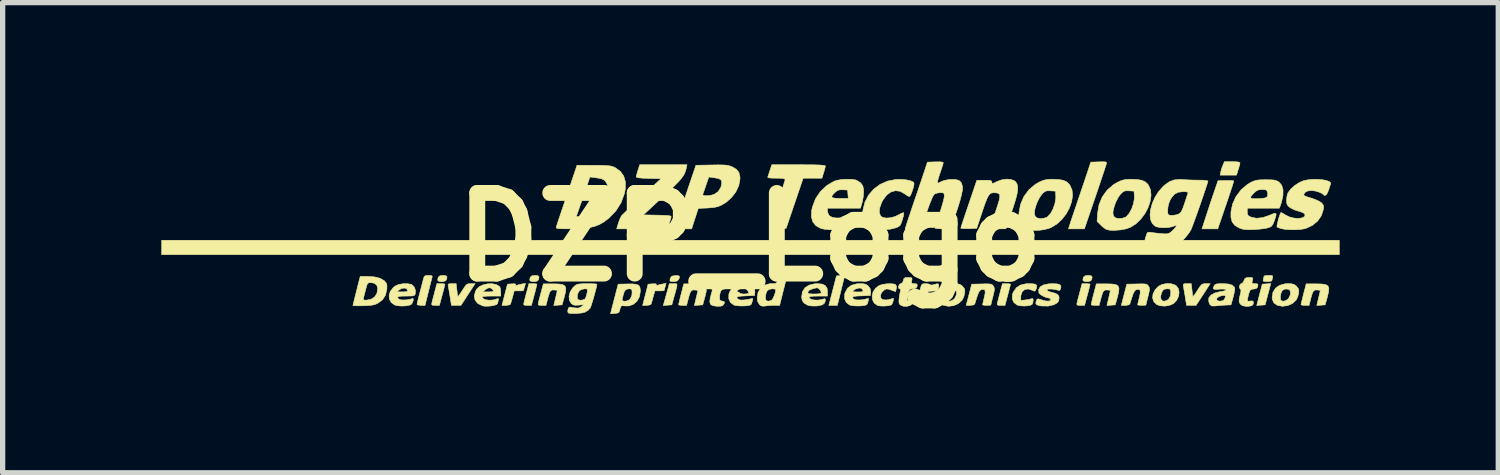
<source format=kicad_pcb>
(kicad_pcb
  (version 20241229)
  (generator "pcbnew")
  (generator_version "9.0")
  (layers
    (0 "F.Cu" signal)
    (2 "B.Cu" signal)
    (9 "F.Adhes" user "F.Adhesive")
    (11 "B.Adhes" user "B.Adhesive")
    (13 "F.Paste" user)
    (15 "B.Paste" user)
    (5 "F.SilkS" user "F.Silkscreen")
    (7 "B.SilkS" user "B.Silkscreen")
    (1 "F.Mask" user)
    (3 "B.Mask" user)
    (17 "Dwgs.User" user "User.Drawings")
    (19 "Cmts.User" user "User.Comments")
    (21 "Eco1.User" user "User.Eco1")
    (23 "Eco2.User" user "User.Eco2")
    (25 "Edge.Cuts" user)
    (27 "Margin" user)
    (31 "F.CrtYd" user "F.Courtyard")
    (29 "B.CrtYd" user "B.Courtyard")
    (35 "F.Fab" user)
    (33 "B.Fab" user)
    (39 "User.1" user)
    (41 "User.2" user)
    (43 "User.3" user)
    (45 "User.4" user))
  (footprint "DZP_Logo"
    (layer "F.Cu")
    (at 11.122 1.431)
    (property "Reference" "DZP_Logo" (at 0 0 0) (layer "F.SilkS") (effects (font (size 1.524 1.524) (thickness 0.3))))
    (attr through_hole)
    (fp_poly (pts (xy 1.722 1.005) (xy 1.652 1.29) (xy 1.491 1.29) (xy 1.563 1.011) (xy 1.635 0.733) (xy 1.714 0.727) (xy 1.793 0.721) (xy 1.722 1.005)) (stroke (width 0.01) (type solid)) (fill yes) (layer "F.SilkS"))
    (fp_poly (pts (xy 9.736 1.28) (xy 9.657 1.286) (xy 9.577 1.292) (xy 9.629 1.09) (xy 9.681 0.889) (xy 9.762 0.883) (xy 9.843 0.877) (xy 9.736 1.28)) (stroke (width 0.01) (type solid)) (fill yes) (layer "F.SilkS"))
    (fp_poly (pts (xy -5.746 0.729) (xy -5.725 0.752) (xy -5.732 0.797) (xy -5.737 0.809) (xy -5.761 0.83) (xy -5.804 0.84) (xy -5.851 0.84) (xy -5.888 0.83) (xy -5.901 0.812) (xy -5.891 0.758) (xy -5.857 0.73) (xy -5.801 0.723) (xy -5.746 0.729)) (stroke (width 0.01) (type solid)) (fill yes) (layer "F.SilkS"))
    (fp_poly (pts (xy -4.007 0.729) (xy -3.986 0.752) (xy -3.993 0.797) (xy -3.998 0.809) (xy -4.022 0.83) (xy -4.065 0.84) (xy -4.112 0.84) (xy -4.149 0.83) (xy -4.162 0.812) (xy -4.152 0.758) (xy -4.118 0.73) (xy -4.062 0.723) (xy -4.007 0.729)) (stroke (width 0.01) (type solid)) (fill yes) (layer "F.SilkS"))
    (fp_poly (pts (xy 4.941 0.729) (xy 4.963 0.752) (xy 4.955 0.797) (xy 4.951 0.809) (xy 4.927 0.83) (xy 4.884 0.84) (xy 4.837 0.84) (xy 4.8 0.83) (xy 4.787 0.812) (xy 4.797 0.758) (xy 4.83 0.73) (xy 4.887 0.723) (xy 4.941 0.729)) (stroke (width 0.01) (type solid)) (fill yes) (layer "F.SilkS"))
    (fp_poly (pts (xy 6.446 0.729) (xy 6.467 0.752) (xy 6.46 0.797) (xy 6.455 0.809) (xy 6.431 0.83) (xy 6.388 0.84) (xy 6.341 0.84) (xy 6.304 0.83) (xy 6.291 0.812) (xy 6.301 0.758) (xy 6.335 0.73) (xy 6.391 0.723) (xy 6.446 0.729)) (stroke (width 0.01) (type solid)) (fill yes) (layer "F.SilkS"))
    (fp_poly (pts (xy -1.354 0.727) (xy -1.331 0.743) (xy -1.337 0.779) (xy -1.349 0.802) (xy -1.378 0.83) (xy -1.433 0.84) (xy -1.445 0.84) (xy -1.493 0.838) (xy -1.512 0.827) (xy -1.51 0.799) (xy -1.506 0.786) (xy -1.491 0.751) (xy -1.463 0.734) (xy -1.41 0.727) (xy -1.354 0.727)) (stroke (width 0.01) (type solid)) (fill yes) (layer "F.SilkS"))
    (fp_poly (pts (xy 9.201 -1.423) (xy 9.249 -1.415) (xy 9.261 -1.404) (xy 9.256 -1.373) (xy 9.241 -1.32) (xy 9.228 -1.277) (xy 9.195 -1.172) (xy 8.885 -1.172) (xy 8.897 -1.23) (xy 8.912 -1.288) (xy 8.935 -1.353) (xy 8.937 -1.357) (xy 8.966 -1.426) (xy 9.114 -1.426) (xy 9.201 -1.423)) (stroke (width 0.01) (type solid)) (fill yes) (layer "F.SilkS"))
    (fp_poly (pts (xy -1.39 0.881) (xy -1.379 0.891) (xy -1.379 0.917) (xy -1.389 0.963) (xy -1.408 1.037) (xy -1.433 1.123) (xy -1.476 1.28) (xy -1.557 1.286) (xy -1.638 1.292) (xy -1.611 1.198) (xy -1.591 1.123) (xy -1.566 1.036) (xy -1.554 0.992) (xy -1.523 0.879) (xy -1.445 0.879) (xy -1.412 0.879) (xy -1.39 0.881)) (stroke (width 0.01) (type solid)) (fill yes) (layer "F.SilkS"))
    (fp_poly (pts (xy 9.855 0.725) (xy 9.879 0.734) (xy 9.879 0.753) (xy 9.879 0.754) (xy 9.868 0.798) (xy 9.867 0.812) (xy 9.854 0.831) (xy 9.81 0.839) (xy 9.777 0.84) (xy 9.722 0.838) (xy 9.699 0.829) (xy 9.698 0.81) (xy 9.699 0.809) (xy 9.71 0.765) (xy 9.711 0.751) (xy 9.724 0.732) (xy 9.767 0.724) (xy 9.801 0.723) (xy 9.855 0.725)) (stroke (width 0.01) (type solid)) (fill yes) (layer "F.SilkS"))
    (fp_poly (pts (xy -5.792 0.882) (xy -5.765 0.888) (xy -5.764 0.89) (xy -5.769 0.913) (xy -5.781 0.964) (xy -5.8 1.037) (xy -5.816 1.095) (xy -5.868 1.29) (xy -5.945 1.29) (xy -5.994 1.288) (xy -6.013 1.277) (xy -6.012 1.249) (xy -6.009 1.236) (xy -5.998 1.191) (xy -5.98 1.122) (xy -5.959 1.043) (xy -5.956 1.031) (xy -5.916 0.879) (xy -5.84 0.879) (xy -5.792 0.882)) (stroke (width 0.01) (type solid)) (fill yes) (layer "F.SilkS"))
    (fp_poly (pts (xy -4.053 0.882) (xy -4.027 0.888) (xy -4.025 0.89) (xy -4.03 0.913) (xy -4.043 0.964) (xy -4.061 1.037) (xy -4.077 1.095) (xy -4.129 1.29) (xy -4.206 1.29) (xy -4.255 1.288) (xy -4.274 1.277) (xy -4.273 1.249) (xy -4.27 1.236) (xy -4.259 1.191) (xy -4.241 1.122) (xy -4.221 1.043) (xy -4.217 1.031) (xy -4.177 0.879) (xy -4.101 0.879) (xy -4.053 0.882)) (stroke (width 0.01) (type solid)) (fill yes) (layer "F.SilkS"))
    (fp_poly (pts (xy 4.896 0.882) (xy 4.922 0.888) (xy 4.924 0.89) (xy 4.919 0.913) (xy 4.906 0.964) (xy 4.887 1.037) (xy 4.872 1.095) (xy 4.82 1.29) (xy 4.743 1.29) (xy 4.693 1.288) (xy 4.674 1.277) (xy 4.675 1.249) (xy 4.678 1.236) (xy 4.69 1.191) (xy 4.707 1.122) (xy 4.728 1.043) (xy 4.731 1.031) (xy 4.772 0.879) (xy 4.848 0.879) (xy 4.896 0.882)) (stroke (width 0.01) (type solid)) (fill yes) (layer "F.SilkS"))
    (fp_poly (pts (xy 6.4 0.882) (xy 6.427 0.888) (xy 6.428 0.89) (xy 6.423 0.913) (xy 6.411 0.964) (xy 6.392 1.037) (xy 6.376 1.095) (xy 6.324 1.29) (xy 6.247 1.29) (xy 6.198 1.288) (xy 6.179 1.277) (xy 6.18 1.249) (xy 6.183 1.236) (xy 6.194 1.191) (xy 6.212 1.122) (xy 6.233 1.043) (xy 6.236 1.031) (xy 6.276 0.879) (xy 6.352 0.879) (xy 6.4 0.882)) (stroke (width 0.01) (type solid)) (fill yes) (layer "F.SilkS"))
    (fp_poly (pts (xy 9.118 -1.068) (xy 9.143 -1.062) (xy 9.144 -1.061) (xy 9.138 -1.039) (xy 9.121 -0.985) (xy 9.095 -0.905) (xy 9.062 -0.804) (xy 9.022 -0.686) (xy 8.993 -0.601) (xy 8.841 -0.156) (xy 8.692 -0.156) (xy 8.542 -0.156) (xy 8.617 -0.386) (xy 8.656 -0.505) (xy 8.7 -0.641) (xy 8.744 -0.771) (xy 8.768 -0.84) (xy 8.845 -1.065) (xy 8.994 -1.071) (xy 9.065 -1.071) (xy 9.118 -1.068)) (stroke (width 0.01) (type solid)) (fill yes) (layer "F.SilkS"))
    (fp_poly (pts (xy -6.024 0.726) (xy -6.005 0.737) (xy -6.006 0.757) (xy -6.014 0.788) (xy -6.03 0.849) (xy -6.051 0.931) (xy -6.074 1.026) (xy -6.078 1.04) (xy -6.14 1.29) (xy -6.216 1.29) (xy -6.264 1.285) (xy -6.29 1.275) (xy -6.291 1.272) (xy -6.287 1.246) (xy -6.274 1.192) (xy -6.256 1.118) (xy -6.241 1.062) (xy -6.217 0.971) (xy -6.195 0.886) (xy -6.178 0.82) (xy -6.172 0.796) (xy -6.157 0.749) (xy -6.135 0.728) (xy -6.091 0.723) (xy -6.074 0.723) (xy -6.024 0.726)) (stroke (width 0.01) (type solid)) (fill yes) (layer "F.SilkS"))
    (fp_poly (pts (xy -4.26 0.94) (xy -4.273 0.985) (xy -4.279 1.01) (xy -4.279 1.011) (xy -4.296 1.014) (xy -4.341 1.016) (xy -4.366 1.016) (xy -4.454 1.016) (xy -4.485 1.128) (xy -4.503 1.193) (xy -4.518 1.244) (xy -4.524 1.265) (xy -4.547 1.281) (xy -4.597 1.289) (xy -4.609 1.29) (xy -4.686 1.29) (xy -4.634 1.089) (xy -4.582 0.889) (xy -4.497 0.883) (xy -4.444 0.882) (xy -4.424 0.89) (xy -4.427 0.901) (xy -4.429 0.916) (xy -4.404 0.91) (xy -4.358 0.896) (xy -4.304 0.885) (xy -4.241 0.874) (xy -4.26 0.94)) (stroke (width 0.01) (type solid)) (fill yes) (layer "F.SilkS"))
    (fp_poly (pts (xy -1.603 0.94) (xy -1.615 0.985) (xy -1.622 1.01) (xy -1.622 1.011) (xy -1.639 1.014) (xy -1.683 1.016) (xy -1.709 1.016) (xy -1.796 1.016) (xy -1.828 1.128) (xy -1.846 1.193) (xy -1.86 1.244) (xy -1.867 1.265) (xy -1.89 1.281) (xy -1.939 1.289) (xy -1.951 1.29) (xy -2.028 1.29) (xy -1.976 1.089) (xy -1.925 0.889) (xy -1.84 0.883) (xy -1.787 0.882) (xy -1.767 0.89) (xy -1.77 0.901) (xy -1.772 0.916) (xy -1.747 0.91) (xy -1.701 0.896) (xy -1.647 0.885) (xy -1.584 0.874) (xy -1.603 0.94)) (stroke (width 0.01) (type solid)) (fill yes) (layer "F.SilkS"))
    (fp_poly (pts (xy 6.713 -1.422) (xy 6.734 -1.415) (xy 6.738 -1.4) (xy 6.737 -1.393) (xy 6.73 -1.366) (xy 6.711 -1.307) (xy 6.683 -1.221) (xy 6.646 -1.112) (xy 6.603 -0.984) (xy 6.556 -0.843) (xy 6.526 -0.757) (xy 6.321 -0.156) (xy 6.02 -0.156) (xy 6.046 -0.239) (xy 6.059 -0.281) (xy 6.083 -0.353) (xy 6.116 -0.45) (xy 6.155 -0.565) (xy 6.198 -0.692) (xy 6.228 -0.782) (xy 6.273 -0.914) (xy 6.315 -1.038) (xy 6.352 -1.149) (xy 6.383 -1.24) (xy 6.404 -1.304) (xy 6.412 -1.329) (xy 6.441 -1.417) (xy 6.592 -1.422) (xy 6.669 -1.424) (xy 6.713 -1.422)) (stroke (width 0.01) (type solid)) (fill yes) (layer "F.SilkS"))
    (fp_poly (pts (xy -3.612 0.886) (xy -3.538 0.897) (xy -3.495 0.924) (xy -3.479 0.97) (xy -3.486 1.041) (xy -3.511 1.142) (xy -3.514 1.153) (xy -3.55 1.28) (xy -3.628 1.286) (xy -3.707 1.292) (xy -3.673 1.149) (xy -3.64 1.006) (xy -3.687 1) (xy -3.731 0.998) (xy -3.762 1.011) (xy -3.785 1.045) (xy -3.806 1.108) (xy -3.818 1.15) (xy -3.854 1.29) (xy -3.932 1.29) (xy -3.981 1.288) (xy -4.001 1.277) (xy -4 1.25) (xy -3.997 1.236) (xy -3.986 1.191) (xy -3.968 1.122) (xy -3.947 1.043) (xy -3.944 1.032) (xy -3.904 0.883) (xy -3.72 0.883) (xy -3.612 0.886)) (stroke (width 0.01) (type solid)) (fill yes) (layer "F.SilkS"))
    (fp_poly (pts (xy -0.955 0.886) (xy -0.882 0.897) (xy -0.838 0.923) (xy -0.822 0.969) (xy -0.828 1.039) (xy -0.853 1.14) (xy -0.857 1.153) (xy -0.892 1.28) (xy -0.971 1.286) (xy -1.05 1.292) (xy -1.016 1.149) (xy -0.982 1.006) (xy -1.03 1) (xy -1.074 0.998) (xy -1.105 1.011) (xy -1.128 1.045) (xy -1.149 1.108) (xy -1.161 1.15) (xy -1.197 1.29) (xy -1.272 1.29) (xy -1.32 1.287) (xy -1.347 1.28) (xy -1.348 1.278) (xy -1.343 1.252) (xy -1.329 1.193) (xy -1.308 1.106) (xy -1.279 0.995) (xy -1.269 0.954) (xy -1.25 0.883) (xy -1.064 0.883) (xy -0.955 0.886)) (stroke (width 0.01) (type solid)) (fill yes) (layer "F.SilkS"))
    (fp_poly (pts (xy 3.371 0.884) (xy 3.4 0.895) (xy 3.403 0.898) (xy 3.425 0.907) (xy 3.478 0.897) (xy 3.483 0.895) (xy 3.538 0.881) (xy 3.565 0.887) (xy 3.569 0.919) (xy 3.564 0.953) (xy 3.553 0.991) (xy 3.532 1.01) (xy 3.489 1.018) (xy 3.461 1.02) (xy 3.37 1.026) (xy 3.333 1.158) (xy 3.295 1.29) (xy 3.22 1.29) (xy 3.173 1.287) (xy 3.147 1.28) (xy 3.146 1.278) (xy 3.151 1.252) (xy 3.164 1.194) (xy 3.186 1.107) (xy 3.214 0.997) (xy 3.226 0.953) (xy 3.242 0.905) (xy 3.265 0.884) (xy 3.31 0.879) (xy 3.321 0.879) (xy 3.371 0.884)) (stroke (width 0.01) (type solid)) (fill yes) (layer "F.SilkS"))
    (fp_poly (pts (xy 6.84 0.886) (xy 6.914 0.897) (xy 6.957 0.923) (xy 6.974 0.969) (xy 6.968 1.039) (xy 6.943 1.14) (xy 6.939 1.153) (xy 6.904 1.28) (xy 6.825 1.286) (xy 6.746 1.292) (xy 6.78 1.149) (xy 6.813 1.006) (xy 6.766 1) (xy 6.722 0.998) (xy 6.691 1.011) (xy 6.668 1.045) (xy 6.647 1.108) (xy 6.635 1.15) (xy 6.599 1.29) (xy 6.523 1.29) (xy 6.475 1.287) (xy 6.449 1.28) (xy 6.448 1.278) (xy 6.453 1.252) (xy 6.466 1.193) (xy 6.488 1.106) (xy 6.517 0.995) (xy 6.527 0.954) (xy 6.546 0.883) (xy 6.732 0.883) (xy 6.84 0.886)) (stroke (width 0.01) (type solid)) (fill yes) (layer "F.SilkS"))
    (fp_poly (pts (xy 10.807 0.886) (xy 10.881 0.897) (xy 10.924 0.923) (xy 10.94 0.969) (xy 10.934 1.039) (xy 10.909 1.14) (xy 10.906 1.153) (xy 10.87 1.28) (xy 10.791 1.286) (xy 10.712 1.292) (xy 10.746 1.149) (xy 10.78 1.006) (xy 10.732 1) (xy 10.688 0.998) (xy 10.657 1.011) (xy 10.634 1.045) (xy 10.613 1.108) (xy 10.602 1.15) (xy 10.566 1.29) (xy 10.49 1.29) (xy 10.442 1.287) (xy 10.416 1.28) (xy 10.414 1.278) (xy 10.419 1.252) (xy 10.433 1.193) (xy 10.454 1.106) (xy 10.483 0.995) (xy 10.494 0.954) (xy 10.512 0.883) (xy 10.698 0.883) (xy 10.807 0.886)) (stroke (width 0.01) (type solid)) (fill yes) (layer "F.SilkS"))
    (fp_poly (pts (xy -5.539 0.992) (xy -5.531 1.056) (xy -5.525 1.104) (xy -5.522 1.121) (xy -5.511 1.115) (xy -5.484 1.081) (xy -5.448 1.027) (xy -5.436 1.009) (xy -5.394 0.944) (xy -5.364 0.905) (xy -5.337 0.886) (xy -5.304 0.88) (xy -5.274 0.879) (xy -5.193 0.879) (xy -5.23 0.935) (xy -5.257 0.977) (xy -5.298 1.04) (xy -5.346 1.113) (xy -5.363 1.14) (xy -5.461 1.289) (xy -5.551 1.289) (xy -5.641 1.29) (xy -5.665 1.138) (xy -5.678 1.058) (xy -5.69 0.986) (xy -5.699 0.937) (xy -5.7 0.933) (xy -5.704 0.899) (xy -5.691 0.883) (xy -5.652 0.879) (xy -5.631 0.879) (xy -5.552 0.879) (xy -5.539 0.992)) (stroke (width 0.01) (type solid)) (fill yes) (layer "F.SilkS"))
    (fp_poly (pts (xy 8.353 0.992) (xy 8.36 1.056) (xy 8.367 1.104) (xy 8.37 1.121) (xy 8.381 1.115) (xy 8.408 1.081) (xy 8.444 1.027) (xy 8.455 1.009) (xy 8.497 0.944) (xy 8.528 0.905) (xy 8.555 0.886) (xy 8.588 0.88) (xy 8.618 0.879) (xy 8.698 0.879) (xy 8.662 0.935) (xy 8.635 0.977) (xy 8.594 1.04) (xy 8.546 1.113) (xy 8.529 1.14) (xy 8.431 1.289) (xy 8.341 1.289) (xy 8.251 1.29) (xy 8.227 1.138) (xy 8.214 1.058) (xy 8.201 0.986) (xy 8.193 0.937) (xy 8.192 0.933) (xy 8.188 0.899) (xy 8.201 0.883) (xy 8.24 0.879) (xy 8.261 0.879) (xy 8.34 0.879) (xy 8.353 0.992)) (stroke (width 0.01) (type solid)) (fill yes) (layer "F.SilkS"))
    (fp_poly (pts (xy 5.347 0.882) (xy 5.397 0.892) (xy 5.419 0.912) (xy 5.419 0.947) (xy 5.411 0.972) (xy 5.394 1.012) (xy 5.375 1.021) (xy 5.339 1.005) (xy 5.338 1.005) (xy 5.26 0.98) (xy 5.194 0.99) (xy 5.146 1.03) (xy 5.121 1.097) (xy 5.119 1.125) (xy 5.119 1.196) (xy 5.202 1.187) (xy 5.263 1.179) (xy 5.311 1.167) (xy 5.319 1.164) (xy 5.345 1.16) (xy 5.353 1.186) (xy 5.353 1.195) (xy 5.346 1.242) (xy 5.337 1.266) (xy 5.305 1.286) (xy 5.248 1.298) (xy 5.178 1.302) (xy 5.109 1.298) (xy 5.052 1.284) (xy 5.048 1.282) (xy 4.988 1.236) (xy 4.957 1.169) (xy 4.958 1.091) (xy 4.976 1.041) (xy 5.034 0.957) (xy 5.114 0.905) (xy 5.219 0.881) (xy 5.264 0.88) (xy 5.347 0.882)) (stroke (width 0.01) (type solid)) (fill yes) (layer "F.SilkS"))
    (fp_poly (pts (xy 7.964 0.881) (xy 8.04 0.908) (xy 8.057 0.92) (xy 8.097 0.974) (xy 8.11 1.044) (xy 8.099 1.121) (xy 8.064 1.194) (xy 8.009 1.253) (xy 8 1.259) (xy 7.925 1.291) (xy 7.837 1.304) (xy 7.75 1.297) (xy 7.685 1.273) (xy 7.631 1.219) (xy 7.609 1.15) (xy 7.613 1.112) (xy 7.762 1.112) (xy 7.766 1.168) (xy 7.792 1.203) (xy 7.826 1.211) (xy 7.876 1.198) (xy 7.913 1.172) (xy 7.946 1.112) (xy 7.952 1.055) (xy 7.95 1.005) (xy 7.937 0.983) (xy 7.904 0.977) (xy 7.883 0.977) (xy 7.834 0.983) (xy 7.803 1.007) (xy 7.783 1.043) (xy 7.762 1.112) (xy 7.613 1.112) (xy 7.618 1.073) (xy 7.657 0.995) (xy 7.717 0.932) (xy 7.788 0.894) (xy 7.875 0.877) (xy 7.964 0.881)) (stroke (width 0.01) (type solid)) (fill yes) (layer "F.SilkS"))
    (fp_poly (pts (xy 2.721 0.886) (xy 2.752 0.897) (xy 2.77 0.929) (xy 2.766 0.972) (xy 2.753 1.03) (xy 2.669 1) (xy 2.614 0.982) (xy 2.579 0.98) (xy 2.546 0.994) (xy 2.533 1.003) (xy 2.488 1.048) (xy 2.467 1.102) (xy 2.475 1.153) (xy 2.483 1.164) (xy 2.521 1.184) (xy 2.581 1.187) (xy 2.65 1.175) (xy 2.685 1.162) (xy 2.709 1.156) (xy 2.714 1.172) (xy 2.708 1.203) (xy 2.692 1.25) (xy 2.676 1.278) (xy 2.644 1.291) (xy 2.588 1.299) (xy 2.521 1.303) (xy 2.458 1.3) (xy 2.412 1.292) (xy 2.41 1.291) (xy 2.349 1.247) (xy 2.316 1.184) (xy 2.309 1.111) (xy 2.327 1.036) (xy 2.371 0.969) (xy 2.438 0.917) (xy 2.448 0.912) (xy 2.506 0.894) (xy 2.581 0.883) (xy 2.658 0.88) (xy 2.721 0.886)) (stroke (width 0.01) (type solid)) (fill yes) (layer "F.SilkS"))
    (fp_poly (pts (xy 3.925 0.882) (xy 3.971 0.894) (xy 4.007 0.919) (xy 4.018 0.93) (xy 4.051 0.97) (xy 4.062 1.013) (xy 4.058 1.06) (xy 4.042 1.125) (xy 4.015 1.183) (xy 4.01 1.19) (xy 3.94 1.255) (xy 3.85 1.295) (xy 3.751 1.307) (xy 3.655 1.288) (xy 3.593 1.245) (xy 3.561 1.18) (xy 3.557 1.137) (xy 3.559 1.123) (xy 3.713 1.123) (xy 3.715 1.174) (xy 3.725 1.198) (xy 3.764 1.212) (xy 3.814 1.201) (xy 3.86 1.168) (xy 3.868 1.159) (xy 3.901 1.09) (xy 3.904 1.046) (xy 3.894 1.004) (xy 3.866 0.985) (xy 3.836 0.981) (xy 3.782 0.985) (xy 3.745 1.018) (xy 3.743 1.019) (xy 3.723 1.066) (xy 3.713 1.123) (xy 3.559 1.123) (xy 3.573 1.041) (xy 3.621 0.965) (xy 3.697 0.911) (xy 3.798 0.883) (xy 3.855 0.879) (xy 3.925 0.882)) (stroke (width 0.01) (type solid)) (fill yes) (layer "F.SilkS"))
    (fp_poly (pts (xy 10.236 0.882) (xy 10.282 0.894) (xy 10.318 0.919) (xy 10.329 0.93) (xy 10.362 0.97) (xy 10.373 1.013) (xy 10.369 1.06) (xy 10.353 1.125) (xy 10.326 1.183) (xy 10.321 1.19) (xy 10.251 1.255) (xy 10.161 1.295) (xy 10.061 1.307) (xy 9.966 1.288) (xy 9.903 1.245) (xy 9.872 1.18) (xy 9.868 1.137) (xy 9.87 1.123) (xy 10.024 1.123) (xy 10.026 1.174) (xy 10.036 1.198) (xy 10.075 1.212) (xy 10.125 1.201) (xy 10.171 1.168) (xy 10.179 1.159) (xy 10.212 1.09) (xy 10.215 1.046) (xy 10.205 1.004) (xy 10.177 0.985) (xy 10.147 0.981) (xy 10.093 0.985) (xy 10.056 1.018) (xy 10.054 1.019) (xy 10.034 1.066) (xy 10.024 1.123) (xy 9.87 1.123) (xy 9.884 1.041) (xy 9.932 0.965) (xy 10.008 0.911) (xy 10.109 0.883) (xy 10.166 0.879) (xy 10.236 0.882)) (stroke (width 0.01) (type solid)) (fill yes) (layer "F.SilkS"))
    (fp_poly (pts (xy -2.21 0.885) (xy -2.142 0.894) (xy -2.1 0.913) (xy -2.079 0.948) (xy -2.071 1.002) (xy -2.071 1.023) (xy -2.087 1.124) (xy -2.132 1.208) (xy -2.199 1.268) (xy -2.284 1.3) (xy -2.357 1.301) (xy -2.409 1.296) (xy -2.435 1.305) (xy -2.449 1.337) (xy -2.456 1.363) (xy -2.47 1.41) (xy -2.492 1.432) (xy -2.537 1.441) (xy -2.554 1.442) (xy -2.635 1.448) (xy -2.565 1.177) (xy -2.415 1.177) (xy -2.409 1.202) (xy -2.378 1.212) (xy -2.334 1.208) (xy -2.289 1.19) (xy -2.266 1.172) (xy -2.234 1.112) (xy -2.227 1.055) (xy -2.23 1.005) (xy -2.242 0.983) (xy -2.273 0.977) (xy -2.284 0.977) (xy -2.336 0.986) (xy -2.37 1.02) (xy -2.392 1.084) (xy -2.405 1.138) (xy -2.415 1.177) (xy -2.565 1.177) (xy -2.563 1.168) (xy -2.49 0.889) (xy -2.31 0.885) (xy -2.21 0.885)) (stroke (width 0.01) (type solid)) (fill yes) (layer "F.SilkS"))
    (fp_poly (pts (xy 4.527 0.885) (xy 4.563 0.891) (xy 4.584 0.904) (xy 4.6 0.924) (xy 4.601 0.925) (xy 4.615 0.952) (xy 4.62 0.982) (xy 4.615 1.025) (xy 4.599 1.093) (xy 4.592 1.123) (xy 4.573 1.195) (xy 4.56 1.251) (xy 4.553 1.28) (xy 4.552 1.283) (xy 4.535 1.287) (xy 4.492 1.289) (xy 4.474 1.29) (xy 4.425 1.287) (xy 4.398 1.281) (xy 4.396 1.279) (xy 4.401 1.256) (xy 4.412 1.206) (xy 4.428 1.14) (xy 4.445 1.058) (xy 4.443 1.008) (xy 4.423 0.987) (xy 4.382 0.991) (xy 4.369 0.995) (xy 4.349 1.007) (xy 4.33 1.032) (xy 4.31 1.075) (xy 4.286 1.143) (xy 4.255 1.242) (xy 4.248 1.265) (xy 4.225 1.281) (xy 4.176 1.289) (xy 4.164 1.29) (xy 4.087 1.29) (xy 4.139 1.089) (xy 4.191 0.889) (xy 4.382 0.885) (xy 4.47 0.883) (xy 4.527 0.885)) (stroke (width 0.01) (type solid)) (fill yes) (layer "F.SilkS"))
    (fp_poly (pts (xy 7.458 0.885) (xy 7.494 0.891) (xy 7.515 0.904) (xy 7.531 0.924) (xy 7.532 0.925) (xy 7.546 0.952) (xy 7.551 0.982) (xy 7.545 1.025) (xy 7.53 1.093) (xy 7.522 1.123) (xy 7.504 1.195) (xy 7.491 1.251) (xy 7.484 1.28) (xy 7.483 1.283) (xy 7.466 1.287) (xy 7.423 1.289) (xy 7.405 1.29) (xy 7.356 1.287) (xy 7.329 1.281) (xy 7.327 1.279) (xy 7.331 1.256) (xy 7.343 1.206) (xy 7.359 1.14) (xy 7.376 1.058) (xy 7.374 1.008) (xy 7.354 0.987) (xy 7.313 0.991) (xy 7.299 0.995) (xy 7.279 1.007) (xy 7.261 1.032) (xy 7.241 1.075) (xy 7.217 1.143) (xy 7.186 1.242) (xy 7.179 1.265) (xy 7.156 1.281) (xy 7.107 1.289) (xy 7.095 1.29) (xy 7.018 1.29) (xy 7.07 1.089) (xy 7.122 0.889) (xy 7.312 0.885) (xy 7.401 0.883) (xy 7.458 0.885)) (stroke (width 0.01) (type solid)) (fill yes) (layer "F.SilkS"))
    (fp_poly (pts (xy -1.202 -1.305) (xy -1.216 -1.253) (xy -1.234 -1.204) (xy -1.261 -1.156) (xy -1.3 -1.104) (xy -1.353 -1.043) (xy -1.426 -0.969) (xy -1.52 -0.878) (xy -1.641 -0.766) (xy -1.647 -0.76) (xy -2.014 -0.42) (xy -1.747 -0.415) (xy -1.641 -0.412) (xy -1.567 -0.409) (xy -1.521 -0.404) (xy -1.497 -0.397) (xy -1.489 -0.386) (xy -1.49 -0.376) (xy -1.501 -0.337) (xy -1.518 -0.279) (xy -1.526 -0.249) (xy -1.552 -0.156) (xy -2.518 -0.156) (xy -2.488 -0.259) (xy -2.465 -0.325) (xy -2.439 -0.382) (xy -2.426 -0.403) (xy -2.403 -0.428) (xy -2.355 -0.474) (xy -2.288 -0.539) (xy -2.205 -0.618) (xy -2.11 -0.707) (xy -2.037 -0.774) (xy -1.681 -1.104) (xy -1.915 -1.109) (xy -2.029 -1.114) (xy -2.105 -1.121) (xy -2.144 -1.131) (xy -2.149 -1.137) (xy -2.144 -1.167) (xy -2.129 -1.22) (xy -2.116 -1.263) (xy -2.083 -1.368) (xy -1.189 -1.368) (xy -1.202 -1.305)) (stroke (width 0.01) (type solid)) (fill yes) (layer "F.SilkS"))
    (fp_poly (pts (xy 1.086 -1.367) (xy 1.215 -1.366) (xy 1.311 -1.363) (xy 1.377 -1.358) (xy 1.414 -1.353) (xy 1.426 -1.345) (xy 1.426 -1.345) (xy 1.421 -1.315) (xy 1.406 -1.261) (xy 1.393 -1.218) (xy 1.361 -1.114) (xy 1.006 -1.114) (xy 0.845 -0.64) (xy 0.684 -0.166) (xy 0.527 -0.16) (xy 0.447 -0.159) (xy 0.399 -0.162) (xy 0.376 -0.171) (xy 0.371 -0.183) (xy 0.377 -0.209) (xy 0.395 -0.266) (xy 0.421 -0.349) (xy 0.455 -0.452) (xy 0.495 -0.569) (xy 0.518 -0.636) (xy 0.56 -0.758) (xy 0.597 -0.869) (xy 0.628 -0.963) (xy 0.65 -1.034) (xy 0.663 -1.077) (xy 0.664 -1.087) (xy 0.655 -1.1) (xy 0.624 -1.109) (xy 0.564 -1.113) (xy 0.496 -1.114) (xy 0.411 -1.115) (xy 0.36 -1.12) (xy 0.338 -1.129) (xy 0.337 -1.138) (xy 0.348 -1.169) (xy 0.366 -1.224) (xy 0.38 -1.265) (xy 0.413 -1.368) (xy 0.92 -1.368) (xy 1.086 -1.367)) (stroke (width 0.01) (type solid)) (fill yes) (layer "F.SilkS"))
    (fp_poly (pts (xy 3.041 0.764) (xy 3.062 0.774) (xy 3.062 0.801) (xy 3.058 0.821) (xy 3.052 0.861) (xy 3.067 0.877) (xy 3.105 0.879) (xy 3.151 0.885) (xy 3.164 0.907) (xy 3.153 0.946) (xy 3.124 0.97) (xy 3.078 0.977) (xy 3.037 0.98) (xy 3.014 0.997) (xy 2.999 1.038) (xy 2.992 1.064) (xy 2.974 1.14) (xy 2.97 1.185) (xy 2.982 1.205) (xy 3.01 1.208) (xy 3.028 1.205) (xy 3.072 1.201) (xy 3.087 1.216) (xy 3.087 1.22) (xy 3.07 1.262) (xy 3.026 1.292) (xy 2.967 1.308) (xy 2.903 1.307) (xy 2.847 1.285) (xy 2.844 1.283) (xy 2.822 1.259) (xy 2.815 1.222) (xy 2.819 1.161) (xy 2.828 1.094) (xy 2.839 1.038) (xy 2.844 1.021) (xy 2.847 0.986) (xy 2.828 0.977) (xy 2.808 0.964) (xy 2.809 0.928) (xy 2.829 0.889) (xy 2.852 0.879) (xy 2.883 0.861) (xy 2.899 0.821) (xy 2.91 0.783) (xy 2.932 0.766) (xy 2.978 0.762) (xy 2.99 0.762) (xy 3.041 0.764)) (stroke (width 0.01) (type solid)) (fill yes) (layer "F.SilkS"))
    (fp_poly (pts (xy 9.484 0.764) (xy 9.503 0.774) (xy 9.501 0.801) (xy 9.496 0.821) (xy 9.487 0.861) (xy 9.499 0.876) (xy 9.54 0.879) (xy 9.543 0.879) (xy 9.587 0.883) (xy 9.601 0.898) (xy 9.598 0.927) (xy 9.584 0.961) (xy 9.55 0.977) (xy 9.519 0.981) (xy 9.477 0.987) (xy 9.453 1.004) (xy 9.436 1.041) (xy 9.424 1.084) (xy 9.407 1.153) (xy 9.402 1.192) (xy 9.41 1.209) (xy 9.435 1.21) (xy 9.457 1.207) (xy 9.498 1.205) (xy 9.514 1.222) (xy 9.515 1.242) (xy 9.505 1.279) (xy 9.47 1.3) (xy 9.405 1.309) (xy 9.38 1.309) (xy 9.311 1.297) (xy 9.274 1.273) (xy 9.251 1.241) (xy 9.243 1.202) (xy 9.25 1.147) (xy 9.266 1.084) (xy 9.278 1.026) (xy 9.278 0.995) (xy 9.263 0.978) (xy 9.248 0.95) (xy 9.254 0.912) (xy 9.274 0.884) (xy 9.29 0.879) (xy 9.314 0.863) (xy 9.336 0.823) (xy 9.336 0.821) (xy 9.355 0.782) (xy 9.383 0.766) (xy 9.435 0.762) (xy 9.484 0.764)) (stroke (width 0.01) (type solid)) (fill yes) (layer "F.SilkS"))
    (fp_poly (pts (xy -4.792 0.897) (xy -4.735 0.931) (xy -4.724 0.946) (xy -4.714 0.978) (xy -4.709 1.031) (xy -4.709 1.04) (xy -4.709 1.114) (xy -4.885 1.114) (xy -4.962 1.115) (xy -5.022 1.12) (xy -5.056 1.126) (xy -5.06 1.129) (xy -5.043 1.161) (xy -4.997 1.182) (xy -4.934 1.192) (xy -4.862 1.189) (xy -4.796 1.172) (xy -4.759 1.161) (xy -4.75 1.171) (xy -4.755 1.196) (xy -4.764 1.236) (xy -4.767 1.253) (xy -4.785 1.273) (xy -4.831 1.289) (xy -4.894 1.301) (xy -4.963 1.306) (xy -5.026 1.304) (xy -5.06 1.296) (xy -5.144 1.253) (xy -5.194 1.191) (xy -5.21 1.116) (xy -5.19 1.034) (xy -5.051 1.034) (xy -4.948 1.035) (xy -4.891 1.033) (xy -4.854 1.026) (xy -4.846 1.02) (xy -4.862 0.988) (xy -4.898 0.963) (xy -4.925 0.957) (xy -4.964 0.969) (xy -5.005 0.996) (xy -5.051 1.034) (xy -5.19 1.034) (xy -5.189 1.03) (xy -5.164 0.983) (xy -5.113 0.935) (xy -5.04 0.901) (xy -4.955 0.882) (xy -4.869 0.881) (xy -4.792 0.897)) (stroke (width 0.01) (type solid)) (fill yes) (layer "F.SilkS"))
    (fp_poly (pts (xy -0.517 0.764) (xy -0.497 0.775) (xy -0.498 0.805) (xy -0.501 0.821) (xy -0.506 0.861) (xy -0.491 0.877) (xy -0.45 0.879) (xy -0.407 0.883) (xy -0.395 0.898) (xy -0.398 0.91) (xy -0.409 0.947) (xy -0.41 0.959) (xy -0.427 0.972) (xy -0.467 0.977) (xy -0.521 0.988) (xy -0.555 1.024) (xy -0.571 1.091) (xy -0.573 1.117) (xy -0.573 1.17) (xy -0.563 1.196) (xy -0.537 1.206) (xy -0.524 1.208) (xy -0.487 1.218) (xy -0.481 1.241) (xy -0.483 1.247) (xy -0.505 1.283) (xy -0.516 1.294) (xy -0.555 1.305) (xy -0.614 1.307) (xy -0.677 1.3) (xy -0.718 1.289) (xy -0.747 1.266) (xy -0.758 1.224) (xy -0.752 1.158) (xy -0.728 1.063) (xy -0.715 1.021) (xy -0.711 0.987) (xy -0.731 0.977) (xy -0.731 0.977) (xy -0.758 0.968) (xy -0.762 0.959) (xy -0.751 0.913) (xy -0.724 0.883) (xy -0.71 0.879) (xy -0.685 0.863) (xy -0.662 0.823) (xy -0.661 0.821) (xy -0.643 0.782) (xy -0.614 0.765) (xy -0.565 0.762) (xy -0.517 0.764)) (stroke (width 0.01) (type solid)) (fill yes) (layer "F.SilkS"))
    (fp_poly (pts (xy 5.796 0.883) (xy 5.849 0.894) (xy 5.874 0.916) (xy 5.876 0.952) (xy 5.873 0.967) (xy 5.858 1.003) (xy 5.834 1.007) (xy 5.827 1.005) (xy 5.788 0.994) (xy 5.728 0.984) (xy 5.698 0.981) (xy 5.636 0.982) (xy 5.61 0.994) (xy 5.619 1.013) (xy 5.665 1.033) (xy 5.693 1.04) (xy 5.773 1.062) (xy 5.82 1.089) (xy 5.84 1.127) (xy 5.842 1.149) (xy 5.835 1.204) (xy 5.809 1.241) (xy 5.755 1.272) (xy 5.739 1.279) (xy 5.637 1.303) (xy 5.514 1.301) (xy 5.471 1.295) (xy 5.419 1.279) (xy 5.401 1.251) (xy 5.41 1.207) (xy 5.425 1.176) (xy 5.444 1.166) (xy 5.481 1.175) (xy 5.504 1.183) (xy 5.581 1.205) (xy 5.641 1.21) (xy 5.678 1.199) (xy 5.686 1.182) (xy 5.67 1.156) (xy 5.657 1.153) (xy 5.606 1.143) (xy 5.548 1.12) (xy 5.495 1.09) (xy 5.464 1.06) (xy 5.46 1.053) (xy 5.457 0.989) (xy 5.487 0.938) (xy 5.551 0.902) (xy 5.643 0.883) (xy 5.709 0.88) (xy 5.796 0.883)) (stroke (width 0.01) (type solid)) (fill yes) (layer "F.SilkS"))
    (fp_poly (pts (xy 0.677 0.726) (xy 0.697 0.737) (xy 0.696 0.757) (xy 0.687 0.788) (xy 0.672 0.849) (xy 0.651 0.931) (xy 0.627 1.026) (xy 0.623 1.041) (xy 0.561 1.291) (xy 0.471 1.289) (xy 0.394 1.291) (xy 0.315 1.298) (xy 0.3 1.301) (xy 0.242 1.305) (xy 0.204 1.294) (xy 0.178 1.272) (xy 0.145 1.216) (xy 0.137 1.152) (xy 0.141 1.123) (xy 0.294 1.123) (xy 0.296 1.174) (xy 0.306 1.198) (xy 0.343 1.211) (xy 0.391 1.201) (xy 0.415 1.187) (xy 0.437 1.155) (xy 0.461 1.101) (xy 0.48 1.042) (xy 0.488 0.993) (xy 0.488 0.992) (xy 0.471 0.982) (xy 0.429 0.977) (xy 0.421 0.977) (xy 0.359 0.989) (xy 0.323 1.02) (xy 0.304 1.066) (xy 0.294 1.123) (xy 0.141 1.123) (xy 0.153 1.047) (xy 0.2 0.965) (xy 0.274 0.908) (xy 0.372 0.881) (xy 0.408 0.879) (xy 0.466 0.878) (xy 0.498 0.869) (xy 0.515 0.843) (xy 0.528 0.801) (xy 0.544 0.751) (xy 0.565 0.729) (xy 0.606 0.723) (xy 0.627 0.723) (xy 0.677 0.726)) (stroke (width 0.01) (type solid)) (fill yes) (layer "F.SilkS"))
    (fp_poly (pts (xy -6.396 0.895) (xy -6.387 0.9) (xy -6.344 0.943) (xy -6.321 1.005) (xy -6.323 1.066) (xy -6.331 1.089) (xy -6.346 1.103) (xy -6.377 1.111) (xy -6.432 1.113) (xy -6.499 1.114) (xy -6.587 1.116) (xy -6.639 1.123) (xy -6.659 1.136) (xy -6.65 1.157) (xy -6.633 1.172) (xy -6.597 1.185) (xy -6.537 1.188) (xy -6.468 1.183) (xy -6.406 1.17) (xy -6.387 1.164) (xy -6.365 1.161) (xy -6.362 1.185) (xy -6.364 1.2) (xy -6.382 1.246) (xy -6.4 1.271) (xy -6.443 1.289) (xy -6.51 1.3) (xy -6.588 1.302) (xy -6.661 1.296) (xy -6.715 1.282) (xy -6.78 1.234) (xy -6.814 1.17) (xy -6.819 1.097) (xy -6.798 1.034) (xy -6.672 1.034) (xy -6.568 1.035) (xy -6.508 1.033) (xy -6.478 1.026) (xy -6.47 1.01) (xy -6.471 1.001) (xy -6.493 0.971) (xy -6.537 0.962) (xy -6.588 0.973) (xy -6.625 0.995) (xy -6.672 1.034) (xy -6.798 1.034) (xy -6.794 1.022) (xy -6.74 0.953) (xy -6.703 0.924) (xy -6.637 0.895) (xy -6.552 0.88) (xy -6.467 0.88) (xy -6.396 0.895)) (stroke (width 0.01) (type solid)) (fill yes) (layer "F.SilkS"))
    (fp_poly (pts (xy 9.043 0.886) (xy 9.115 0.908) (xy 9.154 0.944) (xy 9.163 0.983) (xy 9.157 1.024) (xy 9.144 1.087) (xy 9.127 1.153) (xy 9.091 1.28) (xy 8.995 1.284) (xy 8.918 1.289) (xy 8.842 1.296) (xy 8.822 1.298) (xy 8.765 1.302) (xy 8.724 1.299) (xy 8.718 1.297) (xy 8.685 1.264) (xy 8.669 1.21) (xy 8.67 1.181) (xy 8.817 1.181) (xy 8.838 1.203) (xy 8.89 1.211) (xy 8.945 1.197) (xy 8.967 1.174) (xy 8.987 1.125) (xy 8.978 1.103) (xy 8.938 1.102) (xy 8.924 1.104) (xy 8.862 1.125) (xy 8.826 1.153) (xy 8.817 1.181) (xy 8.67 1.181) (xy 8.672 1.152) (xy 8.675 1.143) (xy 8.714 1.094) (xy 8.787 1.055) (xy 8.889 1.029) (xy 8.915 1.026) (xy 8.975 1.014) (xy 8.999 1) (xy 8.991 0.989) (xy 8.954 0.982) (xy 8.892 0.982) (xy 8.868 0.984) (xy 8.798 0.989) (xy 8.763 0.982) (xy 8.755 0.961) (xy 8.771 0.922) (xy 8.773 0.917) (xy 8.79 0.897) (xy 8.819 0.885) (xy 8.87 0.88) (xy 8.935 0.879) (xy 9.043 0.886)) (stroke (width 0.01) (type solid)) (fill yes) (layer "F.SilkS"))
    (fp_poly (pts (xy -7.233 0.743) (xy -7.097 0.751) (xy -6.992 0.777) (xy -6.915 0.821) (xy -6.902 0.833) (xy -6.873 0.868) (xy -6.861 0.905) (xy -6.86 0.961) (xy -6.862 0.985) (xy -6.887 1.096) (xy -6.943 1.184) (xy -7.032 1.249) (xy -7.038 1.253) (xy -7.089 1.274) (xy -7.148 1.287) (xy -7.227 1.294) (xy -7.31 1.297) (xy -7.392 1.298) (xy -7.456 1.297) (xy -7.495 1.295) (xy -7.503 1.294) (xy -7.498 1.273) (xy -7.486 1.223) (xy -7.475 1.177) (xy -7.307 1.177) (xy -7.291 1.189) (xy -7.248 1.191) (xy -7.192 1.181) (xy -7.153 1.17) (xy -7.091 1.129) (xy -7.049 1.062) (xy -7.034 0.979) (xy -7.049 0.913) (xy -7.094 0.873) (xy -7.161 0.86) (xy -7.204 0.863) (xy -7.227 0.88) (xy -7.244 0.921) (xy -7.249 0.943) (xy -7.268 1.014) (xy -7.286 1.083) (xy -7.289 1.094) (xy -7.301 1.143) (xy -7.307 1.175) (xy -7.307 1.177) (xy -7.475 1.177) (xy -7.469 1.153) (xy -7.448 1.07) (xy -7.426 0.983) (xy -7.406 0.9) (xy -7.388 0.831) (xy -7.384 0.816) (xy -7.364 0.742) (xy -7.233 0.743)) (stroke (width 0.01) (type solid)) (fill yes) (layer "F.SilkS"))
    (fp_poly (pts (xy 1.368 0.888) (xy 1.426 0.917) (xy 1.458 0.969) (xy 1.465 1.036) (xy 1.465 1.114) (xy 1.29 1.114) (xy 1.194 1.116) (xy 1.136 1.124) (xy 1.115 1.138) (xy 1.13 1.158) (xy 1.151 1.172) (xy 1.21 1.188) (xy 1.287 1.19) (xy 1.361 1.178) (xy 1.376 1.173) (xy 1.413 1.163) (xy 1.425 1.175) (xy 1.426 1.189) (xy 1.414 1.242) (xy 1.374 1.277) (xy 1.303 1.296) (xy 1.259 1.301) (xy 1.187 1.302) (xy 1.124 1.296) (xy 1.095 1.288) (xy 1.024 1.248) (xy 0.987 1.195) (xy 0.977 1.128) (xy 0.991 1.04) (xy 1.094 1.04) (xy 1.1 1.059) (xy 1.122 1.07) (xy 1.169 1.074) (xy 1.221 1.075) (xy 1.293 1.072) (xy 1.333 1.065) (xy 1.348 1.051) (xy 1.348 1.047) (xy 1.335 1.011) (xy 1.304 0.975) (xy 1.271 0.958) (xy 1.268 0.957) (xy 1.239 0.963) (xy 1.189 0.976) (xy 1.172 0.982) (xy 1.114 1.008) (xy 1.094 1.04) (xy 1.094 1.04) (xy 0.991 1.04) (xy 0.993 1.031) (xy 1.04 0.957) (xy 1.117 0.907) (xy 1.222 0.882) (xy 1.278 0.879) (xy 1.368 0.888)) (stroke (width 0.01) (type solid)) (fill yes) (layer "F.SilkS"))
    (fp_poly (pts (xy 2.146 0.882) (xy 2.192 0.893) (xy 2.228 0.917) (xy 2.239 0.928) (xy 2.276 0.981) (xy 2.282 1.041) (xy 2.282 1.041) (xy 2.276 1.104) (xy 2.105 1.11) (xy 2.016 1.114) (xy 1.961 1.122) (xy 1.939 1.135) (xy 1.944 1.154) (xy 1.964 1.172) (xy 2.001 1.185) (xy 2.061 1.188) (xy 2.131 1.183) (xy 2.195 1.169) (xy 2.214 1.162) (xy 2.237 1.157) (xy 2.241 1.176) (xy 2.236 1.204) (xy 2.222 1.25) (xy 2.209 1.275) (xy 2.177 1.289) (xy 2.119 1.298) (xy 2.047 1.301) (xy 1.974 1.299) (xy 1.913 1.291) (xy 1.884 1.283) (xy 1.821 1.235) (xy 1.789 1.166) (xy 1.789 1.083) (xy 1.799 1.048) (xy 1.813 1.023) (xy 1.943 1.023) (xy 1.953 1.032) (xy 1.991 1.035) (xy 2.038 1.036) (xy 2.101 1.035) (xy 2.132 1.03) (xy 2.139 1.018) (xy 2.129 0.995) (xy 2.129 0.994) (xy 2.105 0.966) (xy 2.067 0.962) (xy 2.045 0.966) (xy 1.992 0.983) (xy 1.955 1.007) (xy 1.943 1.023) (xy 1.813 1.023) (xy 1.845 0.965) (xy 1.917 0.91) (xy 2.015 0.883) (xy 2.075 0.879) (xy 2.146 0.882)) (stroke (width 0.01) (type solid)) (fill yes) (layer "F.SilkS"))
    (fp_poly (pts (xy 2.955 -1.082) (xy 3.031 -1.066) (xy 3.083 -1.043) (xy 3.1 -1.023) (xy 3.1 -0.991) (xy 3.088 -0.938) (xy 3.069 -0.877) (xy 3.048 -0.819) (xy 3.027 -0.779) (xy 3.016 -0.768) (xy 2.99 -0.775) (xy 2.947 -0.801) (xy 2.922 -0.82) (xy 2.836 -0.867) (xy 2.748 -0.877) (xy 2.662 -0.852) (xy 2.583 -0.793) (xy 2.514 -0.702) (xy 2.489 -0.655) (xy 2.451 -0.55) (xy 2.445 -0.464) (xy 2.47 -0.399) (xy 2.514 -0.37) (xy 2.581 -0.36) (xy 2.662 -0.367) (xy 2.747 -0.391) (xy 2.802 -0.418) (xy 2.855 -0.446) (xy 2.894 -0.461) (xy 2.907 -0.46) (xy 2.907 -0.437) (xy 2.897 -0.388) (xy 2.88 -0.327) (xy 2.857 -0.261) (xy 2.837 -0.221) (xy 2.808 -0.197) (xy 2.762 -0.178) (xy 2.744 -0.172) (xy 2.657 -0.151) (xy 2.552 -0.141) (xy 2.445 -0.141) (xy 2.351 -0.152) (xy 2.309 -0.163) (xy 2.222 -0.21) (xy 2.165 -0.277) (xy 2.136 -0.367) (xy 2.133 -0.484) (xy 2.136 -0.513) (xy 2.173 -0.661) (xy 2.242 -0.794) (xy 2.339 -0.907) (xy 2.46 -0.997) (xy 2.601 -1.059) (xy 2.755 -1.089) (xy 2.766 -1.09) (xy 2.864 -1.091) (xy 2.955 -1.082)) (stroke (width 0.01) (type solid)) (fill yes) (layer "F.SilkS"))
    (fp_poly (pts (xy 4.933 -1.09) (xy 4.999 -1.064) (xy 5.018 -1.049) (xy 5.045 -1.01) (xy 5.059 -0.96) (xy 5.06 -0.896) (xy 5.047 -0.812) (xy 5.019 -0.704) (xy 4.976 -0.567) (xy 4.948 -0.484) (xy 4.836 -0.157) (xy 4.686 -0.156) (xy 4.536 -0.156) (xy 4.582 -0.298) (xy 4.612 -0.391) (xy 4.647 -0.497) (xy 4.679 -0.595) (xy 4.709 -0.692) (xy 4.722 -0.76) (xy 4.719 -0.803) (xy 4.698 -0.826) (xy 4.66 -0.836) (xy 4.659 -0.836) (xy 4.608 -0.839) (xy 4.568 -0.834) (xy 4.536 -0.816) (xy 4.506 -0.78) (xy 4.477 -0.721) (xy 4.444 -0.636) (xy 4.403 -0.52) (xy 4.392 -0.485) (xy 4.286 -0.166) (xy 4.136 -0.16) (xy 4.065 -0.16) (xy 4.012 -0.162) (xy 3.986 -0.168) (xy 3.985 -0.17) (xy 3.991 -0.192) (xy 4.008 -0.246) (xy 4.034 -0.326) (xy 4.068 -0.427) (xy 4.108 -0.545) (xy 4.137 -0.63) (xy 4.288 -1.075) (xy 4.43 -1.075) (xy 4.504 -1.074) (xy 4.547 -1.069) (xy 4.567 -1.058) (xy 4.572 -1.04) (xy 4.572 -1.038) (xy 4.575 -1.018) (xy 4.588 -1.014) (xy 4.622 -1.027) (xy 4.663 -1.048) (xy 4.755 -1.082) (xy 4.848 -1.096) (xy 4.933 -1.09)) (stroke (width 0.01) (type solid)) (fill yes) (layer "F.SilkS"))
    (fp_poly (pts (xy 7.317 -1.089) (xy 7.405 -1.074) (xy 7.47 -1.045) (xy 7.518 -1) (xy 7.532 -0.981) (xy 7.571 -0.891) (xy 7.58 -0.786) (xy 7.563 -0.672) (xy 7.523 -0.555) (xy 7.463 -0.442) (xy 7.385 -0.339) (xy 7.294 -0.252) (xy 7.193 -0.187) (xy 7.113 -0.157) (xy 6.999 -0.136) (xy 6.879 -0.127) (xy 6.793 -0.131) (xy 6.731 -0.148) (xy 6.669 -0.191) (xy 6.639 -0.219) (xy 6.56 -0.298) (xy 6.569 -0.447) (xy 6.574 -0.475) (xy 6.86 -0.475) (xy 6.863 -0.43) (xy 6.878 -0.39) (xy 6.878 -0.389) (xy 6.913 -0.362) (xy 6.97 -0.351) (xy 7.035 -0.356) (xy 7.096 -0.376) (xy 7.116 -0.39) (xy 7.167 -0.449) (xy 7.213 -0.533) (xy 7.247 -0.629) (xy 7.264 -0.724) (xy 7.264 -0.767) (xy 7.259 -0.869) (xy 7.164 -0.875) (xy 7.103 -0.876) (xy 7.062 -0.864) (xy 7.022 -0.831) (xy 7.005 -0.813) (xy 6.96 -0.751) (xy 6.918 -0.67) (xy 6.899 -0.622) (xy 6.872 -0.536) (xy 6.86 -0.475) (xy 6.574 -0.475) (xy 6.597 -0.613) (xy 6.659 -0.762) (xy 6.752 -0.89) (xy 6.874 -0.995) (xy 6.955 -1.041) (xy 7.029 -1.073) (xy 7.099 -1.089) (xy 7.186 -1.094) (xy 7.199 -1.094) (xy 7.317 -1.089)) (stroke (width 0.01) (type solid)) (fill yes) (layer "F.SilkS"))
    (fp_poly (pts (xy -0.522 -1.364) (xy -0.458 -1.361) (xy -0.41 -1.353) (xy -0.369 -1.342) (xy -0.335 -1.328) (xy -0.255 -1.281) (xy -0.208 -1.222) (xy -0.189 -1.14) (xy -0.188 -1.095) (xy -0.21 -0.976) (xy -0.265 -0.857) (xy -0.348 -0.748) (xy -0.452 -0.656) (xy -0.538 -0.605) (xy -0.605 -0.577) (xy -0.678 -0.561) (xy -0.773 -0.552) (xy -0.805 -0.55) (xy -0.976 -0.543) (xy -1.039 -0.35) (xy -1.102 -0.156) (xy -1.263 -0.156) (xy -1.341 -0.157) (xy -1.388 -0.161) (xy -1.41 -0.169) (xy -1.415 -0.183) (xy -1.413 -0.191) (xy -1.405 -0.217) (xy -1.386 -0.276) (xy -1.357 -0.362) (xy -1.321 -0.47) (xy -1.278 -0.596) (xy -1.232 -0.735) (xy -1.213 -0.791) (xy -1.208 -0.806) (xy -0.892 -0.806) (xy -0.883 -0.79) (xy -0.846 -0.782) (xy -0.793 -0.783) (xy -0.732 -0.792) (xy -0.676 -0.809) (xy -0.675 -0.809) (xy -0.599 -0.861) (xy -0.55 -0.94) (xy -0.535 -1) (xy -0.533 -1.052) (xy -0.551 -1.086) (xy -0.596 -1.108) (xy -0.674 -1.122) (xy -0.677 -1.123) (xy -0.777 -1.136) (xy -0.83 -0.983) (xy -0.855 -0.909) (xy -0.877 -0.848) (xy -0.89 -0.811) (xy -0.892 -0.806) (xy -1.208 -0.806) (xy -1.021 -1.358) (xy -0.725 -1.363) (xy -0.608 -1.365) (xy -0.522 -1.364)) (stroke (width 0.01) (type solid)) (fill yes) (layer "F.SilkS"))
    (fp_poly (pts (xy -0.043 0.882) (xy 0.004 0.893) (xy 0.039 0.917) (xy 0.051 0.928) (xy 0.088 0.981) (xy 0.094 1.041) (xy 0.094 1.041) (xy 0.088 1.104) (xy -0.059 1.109) (xy -0.151 1.114) (xy -0.21 1.12) (xy -0.24 1.129) (xy -0.246 1.144) (xy -0.233 1.165) (xy -0.233 1.165) (xy -0.204 1.184) (xy -0.156 1.19) (xy -0.108 1.187) (xy -0.043 1.178) (xy 0.009 1.168) (xy 0.025 1.163) (xy 0.049 1.157) (xy 0.053 1.175) (xy 0.047 1.204) (xy 0.033 1.25) (xy 0.021 1.275) (xy -0.011 1.289) (xy -0.069 1.298) (xy -0.141 1.301) (xy -0.214 1.299) (xy -0.276 1.291) (xy -0.304 1.283) (xy -0.368 1.235) (xy -0.4 1.166) (xy -0.399 1.083) (xy -0.389 1.048) (xy -0.375 1.023) (xy -0.247 1.023) (xy -0.237 1.035) (xy -0.227 1.036) (xy -0.2 1.045) (xy -0.195 1.055) (xy -0.178 1.067) (xy -0.134 1.074) (xy -0.107 1.075) (xy -0.055 1.071) (xy -0.024 1.06) (xy -0.02 1.054) (xy -0.032 1.026) (xy -0.057 0.994) (xy -0.097 0.965) (xy -0.148 0.965) (xy -0.153 0.966) (xy -0.198 0.982) (xy -0.231 1.003) (xy -0.247 1.023) (xy -0.375 1.023) (xy -0.343 0.965) (xy -0.271 0.91) (xy -0.173 0.883) (xy -0.113 0.879) (xy -0.043 0.882)) (stroke (width 0.01) (type solid)) (fill yes) (layer "F.SilkS"))
    (fp_poly (pts (xy 5.833 -1.089) (xy 5.92 -1.074) (xy 5.985 -1.045) (xy 6.033 -1) (xy 6.047 -0.981) (xy 6.087 -0.89) (xy 6.097 -0.784) (xy 6.079 -0.669) (xy 6.038 -0.552) (xy 5.976 -0.438) (xy 5.896 -0.335) (xy 5.801 -0.248) (xy 5.694 -0.183) (xy 5.648 -0.164) (xy 5.559 -0.142) (xy 5.461 -0.128) (xy 5.368 -0.126) (xy 5.305 -0.134) (xy 5.214 -0.168) (xy 5.148 -0.218) (xy 5.118 -0.256) (xy 5.095 -0.293) (xy 5.084 -0.333) (xy 5.081 -0.388) (xy 5.084 -0.456) (xy 5.088 -0.475) (xy 5.376 -0.475) (xy 5.378 -0.43) (xy 5.393 -0.39) (xy 5.393 -0.389) (xy 5.428 -0.362) (xy 5.485 -0.351) (xy 5.55 -0.356) (xy 5.611 -0.376) (xy 5.631 -0.39) (xy 5.683 -0.449) (xy 5.728 -0.533) (xy 5.762 -0.629) (xy 5.779 -0.724) (xy 5.78 -0.767) (xy 5.774 -0.869) (xy 5.679 -0.875) (xy 5.618 -0.876) (xy 5.577 -0.864) (xy 5.537 -0.831) (xy 5.52 -0.813) (xy 5.475 -0.751) (xy 5.433 -0.67) (xy 5.414 -0.622) (xy 5.387 -0.536) (xy 5.376 -0.475) (xy 5.088 -0.475) (xy 5.113 -0.618) (xy 5.177 -0.766) (xy 5.271 -0.894) (xy 5.394 -0.998) (xy 5.47 -1.041) (xy 5.544 -1.073) (xy 5.614 -1.089) (xy 5.701 -1.094) (xy 5.714 -1.094) (xy 5.833 -1.089)) (stroke (width 0.01) (type solid)) (fill yes) (layer "F.SilkS"))
    (fp_poly (pts (xy -2.948 -1.357) (xy -2.826 -1.356) (xy -2.737 -1.354) (xy -2.672 -1.349) (xy -2.624 -1.342) (xy -2.587 -1.331) (xy -2.553 -1.316) (xy -2.546 -1.313) (xy -2.449 -1.243) (xy -2.385 -1.153) (xy -2.353 -1.041) (xy -2.355 -0.91) (xy -2.373 -0.82) (xy -2.436 -0.649) (xy -2.534 -0.494) (xy -2.665 -0.359) (xy -2.765 -0.284) (xy -2.849 -0.236) (xy -2.941 -0.201) (xy -3.049 -0.177) (xy -3.179 -0.163) (xy -3.338 -0.157) (xy -3.393 -0.157) (xy -3.502 -0.157) (xy -3.578 -0.158) (xy -3.626 -0.162) (xy -3.652 -0.168) (xy -3.661 -0.177) (xy -3.66 -0.191) (xy -3.652 -0.217) (xy -3.633 -0.276) (xy -3.604 -0.362) (xy -3.596 -0.385) (xy -3.283 -0.385) (xy -3.154 -0.397) (xy -3.021 -0.423) (xy -2.94 -0.458) (xy -2.858 -0.525) (xy -2.784 -0.62) (xy -2.726 -0.733) (xy -2.706 -0.789) (xy -2.685 -0.869) (xy -2.679 -0.926) (xy -2.688 -0.974) (xy -2.706 -1.016) (xy -2.735 -1.061) (xy -2.773 -1.09) (xy -2.83 -1.109) (xy -2.914 -1.122) (xy -3.025 -1.136) (xy -3.059 -1.032) (xy -3.078 -0.975) (xy -3.106 -0.891) (xy -3.141 -0.791) (xy -3.178 -0.685) (xy -3.188 -0.657) (xy -3.283 -0.385) (xy -3.596 -0.385) (xy -3.568 -0.47) (xy -3.525 -0.596) (xy -3.478 -0.735) (xy -3.459 -0.791) (xy -3.268 -1.358) (xy -2.948 -1.357)) (stroke (width 0.01) (type solid)) (fill yes) (layer "F.SilkS"))
    (fp_poly (pts (xy 1.922 -1.092) (xy 1.992 -1.082) (xy 2.019 -1.072) (xy 2.091 -1.026) (xy 2.131 -0.973) (xy 2.148 -0.902) (xy 2.149 -0.86) (xy 2.143 -0.774) (xy 2.128 -0.684) (xy 2.119 -0.648) (xy 2.089 -0.547) (xy 1.465 -0.547) (xy 1.465 -0.491) (xy 1.481 -0.433) (xy 1.507 -0.399) (xy 1.561 -0.372) (xy 1.639 -0.361) (xy 1.729 -0.365) (xy 1.819 -0.384) (xy 1.877 -0.406) (xy 1.955 -0.439) (xy 2.004 -0.449) (xy 2.024 -0.435) (xy 2.021 -0.405) (xy 1.993 -0.321) (xy 1.971 -0.266) (xy 1.949 -0.231) (xy 1.921 -0.207) (xy 1.884 -0.186) (xy 1.816 -0.164) (xy 1.721 -0.148) (xy 1.613 -0.14) (xy 1.504 -0.14) (xy 1.408 -0.149) (xy 1.338 -0.165) (xy 1.247 -0.216) (xy 1.188 -0.289) (xy 1.161 -0.385) (xy 1.166 -0.502) (xy 1.18 -0.567) (xy 1.24 -0.726) (xy 1.266 -0.765) (xy 1.544 -0.765) (xy 1.56 -0.745) (xy 1.61 -0.735) (xy 1.696 -0.732) (xy 1.701 -0.732) (xy 1.858 -0.731) (xy 1.852 -0.81) (xy 1.846 -0.889) (xy 1.757 -0.895) (xy 1.694 -0.894) (xy 1.649 -0.878) (xy 1.605 -0.843) (xy 1.56 -0.796) (xy 1.544 -0.765) (xy 1.266 -0.765) (xy 1.333 -0.863) (xy 1.455 -0.977) (xy 1.592 -1.057) (xy 1.656 -1.076) (xy 1.741 -1.089) (xy 1.834 -1.094) (xy 1.922 -1.092)) (stroke (width 0.01) (type solid)) (fill yes) (layer "F.SilkS"))
    (fp_poly (pts (xy -2.996 0.88) (xy -2.934 0.883) (xy -2.897 0.888) (xy -2.892 0.89) (xy -2.897 0.926) (xy -2.912 0.988) (xy -2.933 1.067) (xy -2.956 1.151) (xy -2.981 1.232) (xy -3.002 1.298) (xy -3.018 1.339) (xy -3.022 1.345) (xy -3.06 1.384) (xy -3.113 1.416) (xy -3.117 1.418) (xy -3.17 1.432) (xy -3.244 1.441) (xy -3.323 1.444) (xy -3.391 1.442) (xy -3.432 1.434) (xy -3.443 1.412) (xy -3.44 1.374) (xy -3.428 1.338) (xy -3.409 1.322) (xy -3.407 1.322) (xy -3.378 1.326) (xy -3.328 1.335) (xy -3.31 1.337) (xy -3.249 1.342) (xy -3.204 1.327) (xy -3.184 1.313) (xy -3.138 1.275) (xy -3.237 1.285) (xy -3.302 1.288) (xy -3.343 1.279) (xy -3.376 1.255) (xy -3.378 1.253) (xy -3.412 1.193) (xy -3.419 1.118) (xy -3.417 1.113) (xy -3.263 1.113) (xy -3.26 1.161) (xy -3.25 1.179) (xy -3.214 1.192) (xy -3.164 1.189) (xy -3.121 1.171) (xy -3.109 1.157) (xy -3.093 1.115) (xy -3.078 1.057) (xy -3.077 1.05) (xy -3.07 1.002) (xy -3.078 0.982) (xy -3.109 0.977) (xy -3.124 0.977) (xy -3.184 0.99) (xy -3.224 1.016) (xy -3.25 1.059) (xy -3.263 1.113) (xy -3.417 1.113) (xy -3.398 1.038) (xy -3.354 0.964) (xy -3.31 0.92) (xy -3.279 0.9) (xy -3.241 0.888) (xy -3.187 0.882) (xy -3.107 0.879) (xy -3.075 0.879) (xy -2.996 0.88)) (stroke (width 0.01) (type solid)) (fill yes) (layer "F.SilkS"))
    (fp_poly (pts (xy 3.641 -1.417) (xy 3.654 -1.407) (xy 3.648 -1.38) (xy 3.631 -1.326) (xy 3.607 -1.253) (xy 3.592 -1.21) (xy 3.567 -1.133) (xy 3.55 -1.071) (xy 3.542 -1.031) (xy 3.543 -1.023) (xy 3.566 -1.024) (xy 3.604 -1.043) (xy 3.608 -1.046) (xy 3.663 -1.068) (xy 3.742 -1.085) (xy 3.789 -1.09) (xy 3.886 -1.089) (xy 3.953 -1.07) (xy 3.994 -1.028) (xy 4.016 -0.961) (xy 4.018 -0.947) (xy 4.016 -0.892) (xy 3.999 -0.805) (xy 3.97 -0.691) (xy 3.928 -0.554) (xy 3.876 -0.399) (xy 3.826 -0.259) (xy 3.788 -0.156) (xy 3.643 -0.156) (xy 3.573 -0.158) (xy 3.521 -0.163) (xy 3.498 -0.17) (xy 3.497 -0.172) (xy 3.503 -0.195) (xy 3.52 -0.248) (xy 3.544 -0.324) (xy 3.574 -0.415) (xy 3.585 -0.449) (xy 3.617 -0.55) (xy 3.644 -0.642) (xy 3.664 -0.718) (xy 3.673 -0.768) (xy 3.673 -0.776) (xy 3.67 -0.818) (xy 3.654 -0.836) (xy 3.612 -0.84) (xy 3.599 -0.84) (xy 3.54 -0.833) (xy 3.491 -0.816) (xy 3.487 -0.813) (xy 3.464 -0.782) (xy 3.432 -0.714) (xy 3.391 -0.613) (xy 3.344 -0.48) (xy 3.341 -0.471) (xy 3.234 -0.157) (xy 3.083 -0.156) (xy 2.933 -0.156) (xy 2.959 -0.239) (xy 2.972 -0.281) (xy 2.996 -0.353) (xy 3.029 -0.45) (xy 3.067 -0.565) (xy 3.11 -0.692) (xy 3.141 -0.782) (xy 3.186 -0.914) (xy 3.228 -1.038) (xy 3.265 -1.149) (xy 3.296 -1.24) (xy 3.317 -1.304) (xy 3.325 -1.329) (xy 3.354 -1.417) (xy 3.504 -1.422) (xy 3.591 -1.423) (xy 3.641 -1.417)) (stroke (width 0.01) (type solid)) (fill yes) (layer "F.SilkS"))
    (fp_poly (pts (xy 9.84 -1.083) (xy 9.902 -1.079) (xy 9.946 -1.068) (xy 9.981 -1.051) (xy 9.998 -1.04) (xy 10.049 -0.98) (xy 10.074 -0.895) (xy 10.073 -0.788) (xy 10.046 -0.663) (xy 10.024 -0.598) (xy 10.005 -0.547) (xy 9.398 -0.547) (xy 9.398 -0.478) (xy 9.402 -0.431) (xy 9.423 -0.402) (xy 9.47 -0.378) (xy 9.471 -0.378) (xy 9.572 -0.356) (xy 9.691 -0.369) (xy 9.828 -0.416) (xy 9.833 -0.419) (xy 9.895 -0.444) (xy 9.931 -0.451) (xy 9.944 -0.435) (xy 9.937 -0.392) (xy 9.913 -0.317) (xy 9.908 -0.303) (xy 9.883 -0.242) (xy 9.855 -0.206) (xy 9.812 -0.183) (xy 9.797 -0.178) (xy 9.744 -0.165) (xy 9.664 -0.154) (xy 9.573 -0.146) (xy 9.525 -0.143) (xy 9.429 -0.141) (xy 9.36 -0.143) (xy 9.307 -0.152) (xy 9.259 -0.168) (xy 9.238 -0.177) (xy 9.16 -0.225) (xy 9.112 -0.289) (xy 9.09 -0.375) (xy 9.09 -0.478) (xy 9.121 -0.626) (xy 9.178 -0.751) (xy 9.46 -0.751) (xy 9.474 -0.733) (xy 9.522 -0.726) (xy 9.606 -0.727) (xy 9.606 -0.727) (xy 9.691 -0.733) (xy 9.744 -0.743) (xy 9.771 -0.759) (xy 9.775 -0.764) (xy 9.785 -0.805) (xy 9.782 -0.847) (xy 9.769 -0.879) (xy 9.746 -0.894) (xy 9.699 -0.899) (xy 9.679 -0.899) (xy 9.616 -0.894) (xy 9.57 -0.873) (xy 9.523 -0.832) (xy 9.477 -0.783) (xy 9.46 -0.751) (xy 9.178 -0.751) (xy 9.186 -0.767) (xy 9.28 -0.892) (xy 9.398 -0.994) (xy 9.471 -1.037) (xy 9.523 -1.06) (xy 9.574 -1.075) (xy 9.637 -1.082) (xy 9.723 -1.084) (xy 9.75 -1.084) (xy 9.84 -1.083)) (stroke (width 0.01) (type solid)) (fill yes) (layer "F.SilkS"))
    (fp_poly (pts (xy 10.816 -1.085) (xy 10.891 -1.071) (xy 10.946 -1.051) (xy 10.974 -1.025) (xy 10.974 -1.007) (xy 10.962 -0.973) (xy 10.945 -0.919) (xy 10.94 -0.901) (xy 10.914 -0.836) (xy 10.887 -0.796) (xy 10.86 -0.785) (xy 10.847 -0.797) (xy 10.814 -0.824) (xy 10.756 -0.85) (xy 10.689 -0.87) (xy 10.626 -0.879) (xy 10.621 -0.879) (xy 10.545 -0.873) (xy 10.496 -0.85) (xy 10.472 -0.819) (xy 10.466 -0.8) (xy 10.476 -0.784) (xy 10.509 -0.768) (xy 10.571 -0.748) (xy 10.6 -0.74) (xy 10.678 -0.713) (xy 10.748 -0.682) (xy 10.795 -0.653) (xy 10.798 -0.65) (xy 10.83 -0.614) (xy 10.841 -0.576) (xy 10.836 -0.523) (xy 10.798 -0.404) (xy 10.727 -0.302) (xy 10.627 -0.221) (xy 10.504 -0.164) (xy 10.482 -0.158) (xy 10.408 -0.146) (xy 10.311 -0.14) (xy 10.207 -0.14) (xy 10.112 -0.147) (xy 10.043 -0.16) (xy 9.993 -0.176) (xy 9.962 -0.191) (xy 9.96 -0.193) (xy 9.96 -0.215) (xy 9.969 -0.262) (xy 9.984 -0.323) (xy 10.002 -0.385) (xy 10.02 -0.436) (xy 10.034 -0.465) (xy 10.034 -0.466) (xy 10.052 -0.459) (xy 10.091 -0.437) (xy 10.121 -0.418) (xy 10.188 -0.384) (xy 10.263 -0.363) (xy 10.338 -0.354) (xy 10.406 -0.358) (xy 10.458 -0.373) (xy 10.487 -0.4) (xy 10.487 -0.434) (xy 10.463 -0.455) (xy 10.413 -0.477) (xy 10.372 -0.489) (xy 10.298 -0.512) (xy 10.23 -0.544) (xy 10.204 -0.56) (xy 10.163 -0.596) (xy 10.145 -0.635) (xy 10.14 -0.694) (xy 10.14 -0.696) (xy 10.147 -0.764) (xy 10.163 -0.826) (xy 10.169 -0.839) (xy 10.221 -0.909) (xy 10.297 -0.977) (xy 10.385 -1.033) (xy 10.461 -1.065) (xy 10.544 -1.083) (xy 10.635 -1.092) (xy 10.729 -1.092) (xy 10.816 -1.085)) (stroke (width 0.01) (type solid)) (fill yes) (layer "F.SilkS"))
    (fp_poly (pts (xy 8.188 -1.087) (xy 8.27 -1.082) (xy 8.371 -1.078) (xy 8.471 -1.077) (xy 8.485 -1.077) (xy 8.562 -1.075) (xy 8.62 -1.07) (xy 8.652 -1.062) (xy 8.656 -1.059) (xy 8.649 -1.033) (xy 8.632 -0.978) (xy 8.605 -0.898) (xy 8.572 -0.8) (xy 8.535 -0.691) (xy 8.495 -0.576) (xy 8.455 -0.463) (xy 8.417 -0.357) (xy 8.383 -0.265) (xy 8.356 -0.193) (xy 8.338 -0.147) (xy 8.334 -0.138) (xy 8.301 -0.085) (xy 8.256 -0.026) (xy 8.243 -0.01) (xy 8.183 0.059) (xy 11.137 0.059) (xy 11.137 0.332) (xy -11.117 0.332) (xy -11.117 0.059) (xy 7.462 0.059) (xy 7.486 -0.021) (xy 7.503 -0.071) (xy 7.522 -0.092) (xy 7.555 -0.093) (xy 7.58 -0.089) (xy 7.637 -0.081) (xy 7.714 -0.072) (xy 7.777 -0.066) (xy 7.849 -0.061) (xy 7.895 -0.064) (xy 7.93 -0.078) (xy 7.967 -0.106) (xy 7.968 -0.108) (xy 8.013 -0.15) (xy 8.046 -0.189) (xy 8.05 -0.197) (xy 8.06 -0.219) (xy 8.051 -0.223) (xy 8.014 -0.209) (xy 8.002 -0.204) (xy 7.928 -0.185) (xy 7.838 -0.177) (xy 7.749 -0.181) (xy 7.677 -0.197) (xy 7.662 -0.204) (xy 7.605 -0.254) (xy 7.572 -0.327) (xy 7.561 -0.42) (xy 7.569 -0.492) (xy 7.893 -0.492) (xy 7.898 -0.441) (xy 7.907 -0.423) (xy 7.94 -0.412) (xy 7.994 -0.411) (xy 8.055 -0.421) (xy 8.105 -0.438) (xy 8.134 -0.459) (xy 8.159 -0.495) (xy 8.184 -0.553) (xy 8.214 -0.638) (xy 8.24 -0.717) (xy 8.261 -0.782) (xy 8.276 -0.825) (xy 8.279 -0.835) (xy 8.273 -0.85) (xy 8.236 -0.858) (xy 8.184 -0.859) (xy 8.094 -0.848) (xy 8.024 -0.812) (xy 7.967 -0.746) (xy 7.935 -0.69) (xy 7.913 -0.629) (xy 7.898 -0.559) (xy 7.893 -0.492) (xy 7.569 -0.492) (xy 7.572 -0.524) (xy 7.603 -0.636) (xy 7.652 -0.748) (xy 7.719 -0.855) (xy 7.802 -0.952) (xy 7.839 -0.985) (xy 7.926 -1.047) (xy 8.016 -1.081) (xy 8.122 -1.091) (xy 8.188 -1.087)) (stroke (width 0.01) (type solid)) (fill yes) (layer "F.SilkS")))
  (gr_rect
    (start -3 -3)
    (end 25.264 5.884)
    (stroke (width 0.1) (type default))
    (fill no)
    (layer "Edge.Cuts")))
</source>
